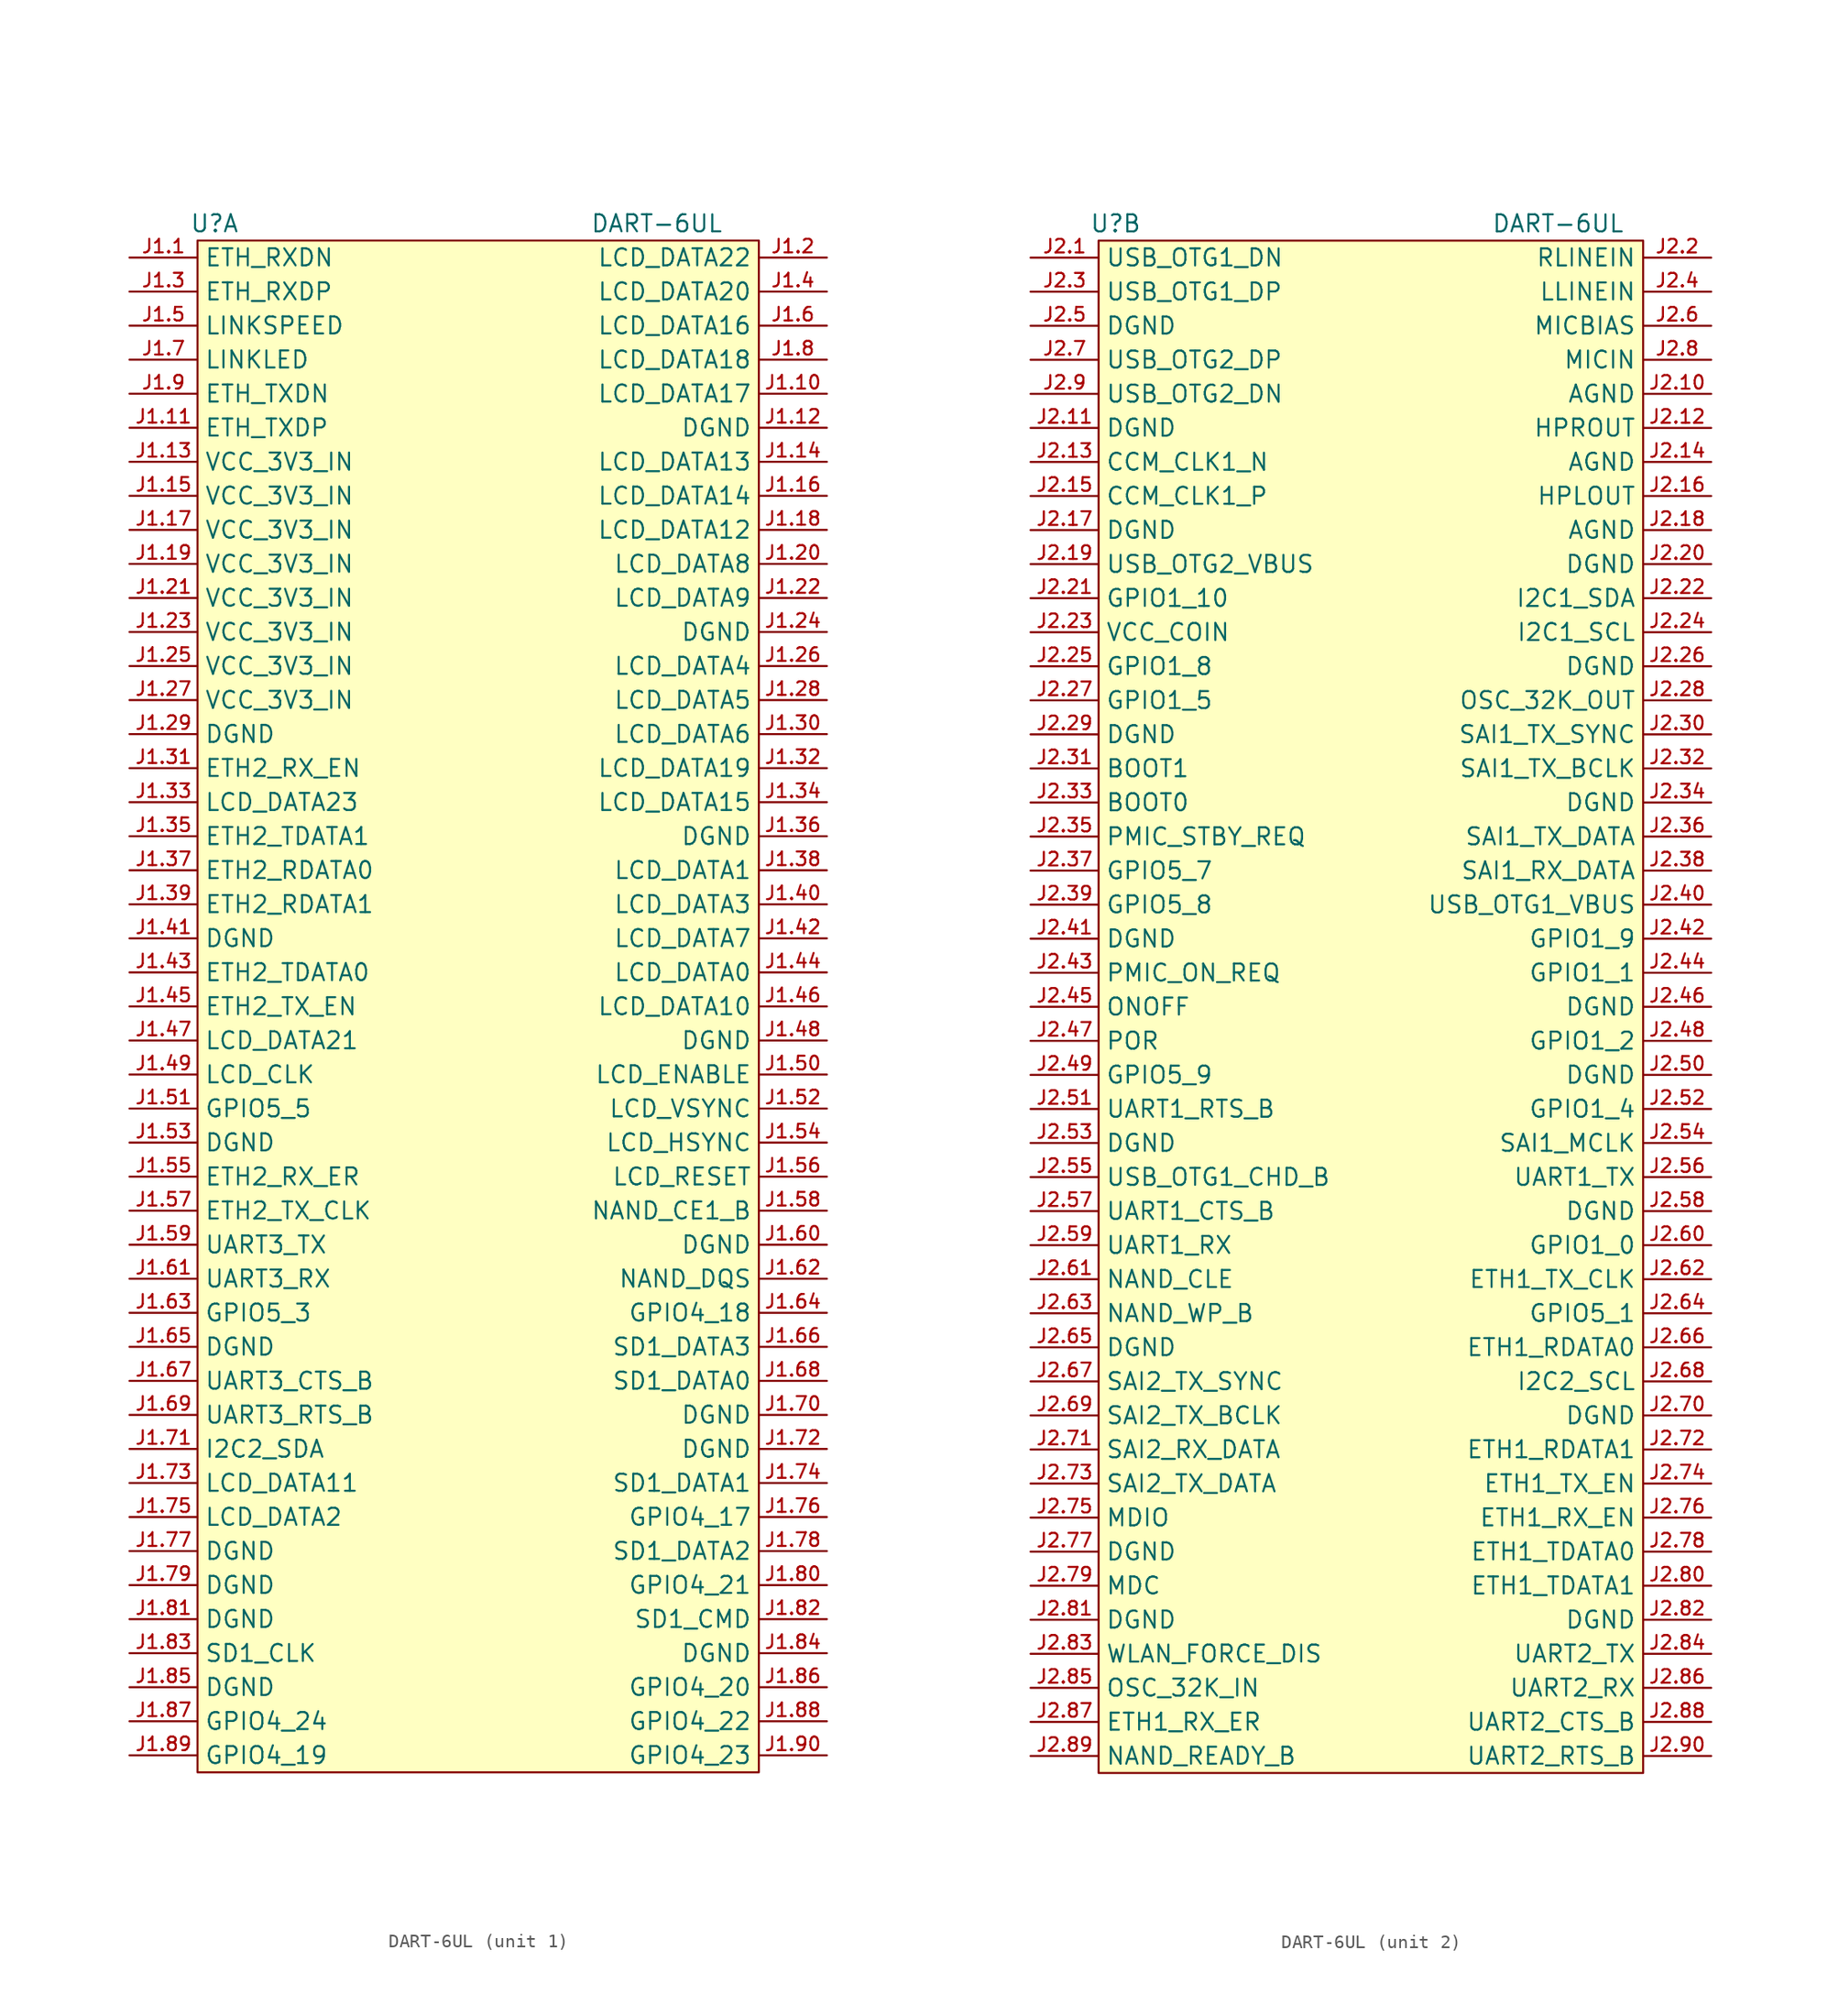
<source format=kicad_sym>
(kicad_symbol_lib
  (version 20211014)
  (generator kicad_symbol_editor)
  (symbol "DART-6UL"
    (property "Reference" "U"
      (at -19.05 58.42 0)
      (effects (font (size 1.27 1.27))))
    (property "Value" "DART-6UL"
      (at 13.97 58.42 0)
      (effects (font (size 1.27 1.27))))
    (property "ki_locked" ""
      (at 0 0 0)
      (effects (font (size 1.27 1.27))))
    (symbol "DART-6UL_1_1"
      (rectangle (start -20.32 57.15) (end 21.59 -57.15) (stroke (width 0) (type default) (color 0 0 0 0)) (fill (type background)))
      (pin unspecified line (at -25.4 55.88 0) (length 5.08) (name "ETH_RXDN" (effects (font (size 1.27 1.27)))) (number "J1.1" (effects (font (size 1.016 1.016)))))
      (pin unspecified line (at 26.67 45.72 180) (length 5.08) (name "LCD_DATA17" (effects (font (size 1.27 1.27)))) (number "J1.10" (effects (font (size 1.016 1.016)))))
      (pin unspecified line (at -25.4 43.18 0) (length 5.08) (name "ETH_TXDP" (effects (font (size 1.27 1.27)))) (number "J1.11" (effects (font (size 1.016 1.016)))))
      (pin power_in line (at 26.67 43.18 180) (length 5.08) (name "DGND" (effects (font (size 1.27 1.27)))) (number "J1.12" (effects (font (size 1.016 1.016)))))
      (pin power_in line (at -25.4 40.64 0) (length 5.08) (name "VCC_3V3_IN" (effects (font (size 1.27 1.27)))) (number "J1.13" (effects (font (size 1.016 1.016)))))
      (pin unspecified line (at 26.67 40.64 180) (length 5.08) (name "LCD_DATA13" (effects (font (size 1.27 1.27)))) (number "J1.14" (effects (font (size 1.016 1.016)))))
      (pin power_in line (at -25.4 38.1 0) (length 5.08) (name "VCC_3V3_IN" (effects (font (size 1.27 1.27)))) (number "J1.15" (effects (font (size 1.016 1.016)))))
      (pin unspecified line (at 26.67 38.1 180) (length 5.08) (name "LCD_DATA14" (effects (font (size 1.27 1.27)))) (number "J1.16" (effects (font (size 1.016 1.016)))))
      (pin power_in line (at -25.4 35.56 0) (length 5.08) (name "VCC_3V3_IN" (effects (font (size 1.27 1.27)))) (number "J1.17" (effects (font (size 1.016 1.016)))))
      (pin unspecified line (at 26.67 35.56 180) (length 5.08) (name "LCD_DATA12" (effects (font (size 1.27 1.27)))) (number "J1.18" (effects (font (size 1.016 1.016)))))
      (pin power_in line (at -25.4 33.02 0) (length 5.08) (name "VCC_3V3_IN" (effects (font (size 1.27 1.27)))) (number "J1.19" (effects (font (size 1.016 1.016)))))
      (pin unspecified line (at 26.67 55.88 180) (length 5.08) (name "LCD_DATA22" (effects (font (size 1.27 1.27)))) (number "J1.2" (effects (font (size 1.016 1.016)))))
      (pin unspecified line (at 26.67 33.02 180) (length 5.08) (name "LCD_DATA8" (effects (font (size 1.27 1.27)))) (number "J1.20" (effects (font (size 1.016 1.016)))))
      (pin power_in line (at -25.4 30.48 0) (length 5.08) (name "VCC_3V3_IN" (effects (font (size 1.27 1.27)))) (number "J1.21" (effects (font (size 1.016 1.016)))))
      (pin unspecified line (at 26.67 30.48 180) (length 5.08) (name "LCD_DATA9" (effects (font (size 1.27 1.27)))) (number "J1.22" (effects (font (size 1.016 1.016)))))
      (pin power_in line (at -25.4 27.94 0) (length 5.08) (name "VCC_3V3_IN" (effects (font (size 1.27 1.27)))) (number "J1.23" (effects (font (size 1.016 1.016)))))
      (pin power_in line (at 26.67 27.94 180) (length 5.08) (name "DGND" (effects (font (size 1.27 1.27)))) (number "J1.24" (effects (font (size 1.016 1.016)))))
      (pin power_in line (at -25.4 25.4 0) (length 5.08) (name "VCC_3V3_IN" (effects (font (size 1.27 1.27)))) (number "J1.25" (effects (font (size 1.016 1.016)))))
      (pin unspecified line (at 26.67 25.4 180) (length 5.08) (name "LCD_DATA4" (effects (font (size 1.27 1.27)))) (number "J1.26" (effects (font (size 1.016 1.016)))))
      (pin power_in line (at -25.4 22.86 0) (length 5.08) (name "VCC_3V3_IN" (effects (font (size 1.27 1.27)))) (number "J1.27" (effects (font (size 1.016 1.016)))))
      (pin unspecified line (at 26.67 22.86 180) (length 5.08) (name "LCD_DATA5" (effects (font (size 1.27 1.27)))) (number "J1.28" (effects (font (size 1.016 1.016)))))
      (pin power_in line (at -25.4 20.32 0) (length 5.08) (name "DGND" (effects (font (size 1.27 1.27)))) (number "J1.29" (effects (font (size 1.016 1.016)))))
      (pin unspecified line (at -25.4 53.34 0) (length 5.08) (name "ETH_RXDP" (effects (font (size 1.27 1.27)))) (number "J1.3" (effects (font (size 1.016 1.016)))))
      (pin unspecified line (at 26.67 20.32 180) (length 5.08) (name "LCD_DATA6" (effects (font (size 1.27 1.27)))) (number "J1.30" (effects (font (size 1.016 1.016)))))
      (pin unspecified line (at -25.4 17.78 0) (length 5.08) (name "ETH2_RX_EN" (effects (font (size 1.27 1.27)))) (number "J1.31" (effects (font (size 1.016 1.016)))))
      (pin unspecified line (at 26.67 17.78 180) (length 5.08) (name "LCD_DATA19" (effects (font (size 1.27 1.27)))) (number "J1.32" (effects (font (size 1.016 1.016)))))
      (pin unspecified line (at -25.4 15.24 0) (length 5.08) (name "LCD_DATA23" (effects (font (size 1.27 1.27)))) (number "J1.33" (effects (font (size 1.016 1.016)))))
      (pin unspecified line (at 26.67 15.24 180) (length 5.08) (name "LCD_DATA15" (effects (font (size 1.27 1.27)))) (number "J1.34" (effects (font (size 1.016 1.016)))))
      (pin unspecified line (at -25.4 12.7 0) (length 5.08) (name "ETH2_TDATA1" (effects (font (size 1.27 1.27)))) (number "J1.35" (effects (font (size 1.016 1.016)))))
      (pin power_in line (at 26.67 12.7 180) (length 5.08) (name "DGND" (effects (font (size 1.27 1.27)))) (number "J1.36" (effects (font (size 1.016 1.016)))))
      (pin unspecified line (at -25.4 10.16 0) (length 5.08) (name "ETH2_RDATA0" (effects (font (size 1.27 1.27)))) (number "J1.37" (effects (font (size 1.016 1.016)))))
      (pin unspecified line (at 26.67 10.16 180) (length 5.08) (name "LCD_DATA1" (effects (font (size 1.27 1.27)))) (number "J1.38" (effects (font (size 1.016 1.016)))))
      (pin unspecified line (at -25.4 7.62 0) (length 5.08) (name "ETH2_RDATA1" (effects (font (size 1.27 1.27)))) (number "J1.39" (effects (font (size 1.016 1.016)))))
      (pin unspecified line (at 26.67 53.34 180) (length 5.08) (name "LCD_DATA20" (effects (font (size 1.27 1.27)))) (number "J1.4" (effects (font (size 1.016 1.016)))))
      (pin unspecified line (at 26.67 7.62 180) (length 5.08) (name "LCD_DATA3" (effects (font (size 1.27 1.27)))) (number "J1.40" (effects (font (size 1.016 1.016)))))
      (pin power_in line (at -25.4 5.08 0) (length 5.08) (name "DGND" (effects (font (size 1.27 1.27)))) (number "J1.41" (effects (font (size 1.016 1.016)))))
      (pin unspecified line (at 26.67 5.08 180) (length 5.08) (name "LCD_DATA7" (effects (font (size 1.27 1.27)))) (number "J1.42" (effects (font (size 1.016 1.016)))))
      (pin unspecified line (at -25.4 2.54 0) (length 5.08) (name "ETH2_TDATA0" (effects (font (size 1.27 1.27)))) (number "J1.43" (effects (font (size 1.016 1.016)))))
      (pin unspecified line (at 26.67 2.54 180) (length 5.08) (name "LCD_DATA0" (effects (font (size 1.27 1.27)))) (number "J1.44" (effects (font (size 1.016 1.016)))))
      (pin unspecified line (at -25.4 0 0) (length 5.08) (name "ETH2_TX_EN" (effects (font (size 1.27 1.27)))) (number "J1.45" (effects (font (size 1.016 1.016)))))
      (pin unspecified line (at 26.67 0 180) (length 5.08) (name "LCD_DATA10" (effects (font (size 1.27 1.27)))) (number "J1.46" (effects (font (size 1.016 1.016)))))
      (pin unspecified line (at -25.4 -2.54 0) (length 5.08) (name "LCD_DATA21" (effects (font (size 1.27 1.27)))) (number "J1.47" (effects (font (size 1.016 1.016)))))
      (pin power_in line (at 26.67 -2.54 180) (length 5.08) (name "DGND" (effects (font (size 1.27 1.27)))) (number "J1.48" (effects (font (size 1.016 1.016)))))
      (pin unspecified line (at -25.4 -5.08 0) (length 5.08) (name "LCD_CLK" (effects (font (size 1.27 1.27)))) (number "J1.49" (effects (font (size 1.016 1.016)))))
      (pin unspecified line (at -25.4 50.8 0) (length 5.08) (name "LINKSPEED" (effects (font (size 1.27 1.27)))) (number "J1.5" (effects (font (size 1.016 1.016)))))
      (pin unspecified line (at 26.67 -5.08 180) (length 5.08) (name "LCD_ENABLE" (effects (font (size 1.27 1.27)))) (number "J1.50" (effects (font (size 1.016 1.016)))))
      (pin unspecified line (at -25.4 -7.62 0) (length 5.08) (name "GPIO5_5" (effects (font (size 1.27 1.27)))) (number "J1.51" (effects (font (size 1.016 1.016)))))
      (pin unspecified line (at 26.67 -7.62 180) (length 5.08) (name "LCD_VSYNC" (effects (font (size 1.27 1.27)))) (number "J1.52" (effects (font (size 1.016 1.016)))))
      (pin power_in line (at -25.4 -10.16 0) (length 5.08) (name "DGND" (effects (font (size 1.27 1.27)))) (number "J1.53" (effects (font (size 1.016 1.016)))))
      (pin unspecified line (at 26.67 -10.16 180) (length 5.08) (name "LCD_HSYNC" (effects (font (size 1.27 1.27)))) (number "J1.54" (effects (font (size 1.016 1.016)))))
      (pin unspecified line (at -25.4 -12.7 0) (length 5.08) (name "ETH2_RX_ER" (effects (font (size 1.27 1.27)))) (number "J1.55" (effects (font (size 1.016 1.016)))))
      (pin unspecified line (at 26.67 -12.7 180) (length 5.08) (name "LCD_RESET" (effects (font (size 1.27 1.27)))) (number "J1.56" (effects (font (size 1.016 1.016)))))
      (pin unspecified line (at -25.4 -15.24 0) (length 5.08) (name "ETH2_TX_CLK" (effects (font (size 1.27 1.27)))) (number "J1.57" (effects (font (size 1.016 1.016)))))
      (pin unspecified line (at 26.67 -15.24 180) (length 5.08) (name "NAND_CE1_B" (effects (font (size 1.27 1.27)))) (number "J1.58" (effects (font (size 1.016 1.016)))))
      (pin unspecified line (at -25.4 -17.78 0) (length 5.08) (name "UART3_TX" (effects (font (size 1.27 1.27)))) (number "J1.59" (effects (font (size 1.016 1.016)))))
      (pin unspecified line (at 26.67 50.8 180) (length 5.08) (name "LCD_DATA16" (effects (font (size 1.27 1.27)))) (number "J1.6" (effects (font (size 1.016 1.016)))))
      (pin power_in line (at 26.67 -17.78 180) (length 5.08) (name "DGND" (effects (font (size 1.27 1.27)))) (number "J1.60" (effects (font (size 1.016 1.016)))))
      (pin unspecified line (at -25.4 -20.32 0) (length 5.08) (name "UART3_RX" (effects (font (size 1.27 1.27)))) (number "J1.61" (effects (font (size 1.016 1.016)))))
      (pin unspecified line (at 26.67 -20.32 180) (length 5.08) (name "NAND_DQS" (effects (font (size 1.27 1.27)))) (number "J1.62" (effects (font (size 1.016 1.016)))))
      (pin unspecified line (at -25.4 -22.86 0) (length 5.08) (name "GPIO5_3" (effects (font (size 1.27 1.27)))) (number "J1.63" (effects (font (size 1.016 1.016)))))
      (pin unspecified line (at 26.67 -22.86 180) (length 5.08) (name "GPIO4_18" (effects (font (size 1.27 1.27)))) (number "J1.64" (effects (font (size 1.016 1.016)))))
      (pin power_in line (at -25.4 -25.4 0) (length 5.08) (name "DGND" (effects (font (size 1.27 1.27)))) (number "J1.65" (effects (font (size 1.016 1.016)))))
      (pin unspecified line (at 26.67 -25.4 180) (length 5.08) (name "SD1_DATA3" (effects (font (size 1.27 1.27)))) (number "J1.66" (effects (font (size 1.016 1.016)))))
      (pin unspecified line (at -25.4 -27.94 0) (length 5.08) (name "UART3_CTS_B" (effects (font (size 1.27 1.27)))) (number "J1.67" (effects (font (size 1.016 1.016)))))
      (pin unspecified line (at 26.67 -27.94 180) (length 5.08) (name "SD1_DATA0" (effects (font (size 1.27 1.27)))) (number "J1.68" (effects (font (size 1.016 1.016)))))
      (pin unspecified line (at -25.4 -30.48 0) (length 5.08) (name "UART3_RTS_B" (effects (font (size 1.27 1.27)))) (number "J1.69" (effects (font (size 1.016 1.016)))))
      (pin unspecified line (at -25.4 48.26 0) (length 5.08) (name "LINKLED" (effects (font (size 1.27 1.27)))) (number "J1.7" (effects (font (size 1.016 1.016)))))
      (pin power_in line (at 26.67 -30.48 180) (length 5.08) (name "DGND" (effects (font (size 1.27 1.27)))) (number "J1.70" (effects (font (size 1.016 1.016)))))
      (pin unspecified line (at -25.4 -33.02 0) (length 5.08) (name "I2C2_SDA" (effects (font (size 1.27 1.27)))) (number "J1.71" (effects (font (size 1.016 1.016)))))
      (pin power_in line (at 26.67 -33.02 180) (length 5.08) (name "DGND" (effects (font (size 1.27 1.27)))) (number "J1.72" (effects (font (size 1.016 1.016)))))
      (pin unspecified line (at -25.4 -35.56 0) (length 5.08) (name "LCD_DATA11" (effects (font (size 1.27 1.27)))) (number "J1.73" (effects (font (size 1.016 1.016)))))
      (pin unspecified line (at 26.67 -35.56 180) (length 5.08) (name "SD1_DATA1" (effects (font (size 1.27 1.27)))) (number "J1.74" (effects (font (size 1.016 1.016)))))
      (pin unspecified line (at -25.4 -38.1 0) (length 5.08) (name "LCD_DATA2" (effects (font (size 1.27 1.27)))) (number "J1.75" (effects (font (size 1.016 1.016)))))
      (pin unspecified line (at 26.67 -38.1 180) (length 5.08) (name "GPIO4_17" (effects (font (size 1.27 1.27)))) (number "J1.76" (effects (font (size 1.016 1.016)))))
      (pin power_in line (at -25.4 -40.64 0) (length 5.08) (name "DGND" (effects (font (size 1.27 1.27)))) (number "J1.77" (effects (font (size 1.016 1.016)))))
      (pin unspecified line (at 26.67 -40.64 180) (length 5.08) (name "SD1_DATA2" (effects (font (size 1.27 1.27)))) (number "J1.78" (effects (font (size 1.016 1.016)))))
      (pin power_in line (at -25.4 -43.18 0) (length 5.08) (name "DGND" (effects (font (size 1.27 1.27)))) (number "J1.79" (effects (font (size 1.016 1.016)))))
      (pin unspecified line (at 26.67 48.26 180) (length 5.08) (name "LCD_DATA18" (effects (font (size 1.27 1.27)))) (number "J1.8" (effects (font (size 1.016 1.016)))))
      (pin unspecified line (at 26.67 -43.18 180) (length 5.08) (name "GPIO4_21" (effects (font (size 1.27 1.27)))) (number "J1.80" (effects (font (size 1.016 1.016)))))
      (pin power_in line (at -25.4 -45.72 0) (length 5.08) (name "DGND" (effects (font (size 1.27 1.27)))) (number "J1.81" (effects (font (size 1.016 1.016)))))
      (pin unspecified line (at 26.67 -45.72 180) (length 5.08) (name "SD1_CMD" (effects (font (size 1.27 1.27)))) (number "J1.82" (effects (font (size 1.016 1.016)))))
      (pin unspecified line (at -25.4 -48.26 0) (length 5.08) (name "SD1_CLK" (effects (font (size 1.27 1.27)))) (number "J1.83" (effects (font (size 1.016 1.016)))))
      (pin power_in line (at 26.67 -48.26 180) (length 5.08) (name "DGND" (effects (font (size 1.27 1.27)))) (number "J1.84" (effects (font (size 1.016 1.016)))))
      (pin power_in line (at -25.4 -50.8 0) (length 5.08) (name "DGND" (effects (font (size 1.27 1.27)))) (number "J1.85" (effects (font (size 1.016 1.016)))))
      (pin unspecified line (at 26.67 -50.8 180) (length 5.08) (name "GPIO4_20" (effects (font (size 1.27 1.27)))) (number "J1.86" (effects (font (size 1.016 1.016)))))
      (pin unspecified line (at -25.4 -53.34 0) (length 5.08) (name "GPIO4_24" (effects (font (size 1.27 1.27)))) (number "J1.87" (effects (font (size 1.016 1.016)))))
      (pin unspecified line (at 26.67 -53.34 180) (length 5.08) (name "GPIO4_22" (effects (font (size 1.27 1.27)))) (number "J1.88" (effects (font (size 1.016 1.016)))))
      (pin unspecified line (at -25.4 -55.88 0) (length 5.08) (name "GPIO4_19" (effects (font (size 1.27 1.27)))) (number "J1.89" (effects (font (size 1.016 1.016)))))
      (pin unspecified line (at -25.4 45.72 0) (length 5.08) (name "ETH_TXDN" (effects (font (size 1.27 1.27)))) (number "J1.9" (effects (font (size 1.016 1.016)))))
      (pin unspecified line (at 26.67 -55.88 180) (length 5.08) (name "GPIO4_23" (effects (font (size 1.27 1.27)))) (number "J1.90" (effects (font (size 1.016 1.016))))))
    (symbol "DART-6UL_2_1"
      (rectangle (start -20.32 57.15) (end 20.32 -57.15) (stroke (width 0) (type default) (color 0 0 0 0)) (fill (type background)))
      (pin unspecified line (at -25.4 55.88 0) (length 5.08) (name "USB_OTG1_DN" (effects (font (size 1.27 1.27)))) (number "J2.1" (effects (font (size 1.016 1.016)))))
      (pin unspecified line (at 25.4 45.72 180) (length 5.08) (name "AGND" (effects (font (size 1.27 1.27)))) (number "J2.10" (effects (font (size 1.016 1.016)))))
      (pin power_in line (at -25.4 43.18 0) (length 5.08) (name "DGND" (effects (font (size 1.27 1.27)))) (number "J2.11" (effects (font (size 1.016 1.016)))))
      (pin unspecified line (at 25.4 43.18 180) (length 5.08) (name "HPROUT" (effects (font (size 1.27 1.27)))) (number "J2.12" (effects (font (size 1.016 1.016)))))
      (pin unspecified line (at -25.4 40.64 0) (length 5.08) (name "CCM_CLK1_N" (effects (font (size 1.27 1.27)))) (number "J2.13" (effects (font (size 1.016 1.016)))))
      (pin unspecified line (at 25.4 40.64 180) (length 5.08) (name "AGND" (effects (font (size 1.27 1.27)))) (number "J2.14" (effects (font (size 1.016 1.016)))))
      (pin unspecified line (at -25.4 38.1 0) (length 5.08) (name "CCM_CLK1_P" (effects (font (size 1.27 1.27)))) (number "J2.15" (effects (font (size 1.016 1.016)))))
      (pin unspecified line (at 25.4 38.1 180) (length 5.08) (name "HPLOUT" (effects (font (size 1.27 1.27)))) (number "J2.16" (effects (font (size 1.016 1.016)))))
      (pin power_in line (at -25.4 35.56 0) (length 5.08) (name "DGND" (effects (font (size 1.27 1.27)))) (number "J2.17" (effects (font (size 1.016 1.016)))))
      (pin unspecified line (at 25.4 35.56 180) (length 5.08) (name "AGND" (effects (font (size 1.27 1.27)))) (number "J2.18" (effects (font (size 1.016 1.016)))))
      (pin unspecified line (at -25.4 33.02 0) (length 5.08) (name "USB_OTG2_VBUS" (effects (font (size 1.27 1.27)))) (number "J2.19" (effects (font (size 1.016 1.016)))))
      (pin unspecified line (at 25.4 55.88 180) (length 5.08) (name "RLINEIN" (effects (font (size 1.27 1.27)))) (number "J2.2" (effects (font (size 1.016 1.016)))))
      (pin power_in line (at 25.4 33.02 180) (length 5.08) (name "DGND" (effects (font (size 1.27 1.27)))) (number "J2.20" (effects (font (size 1.016 1.016)))))
      (pin unspecified line (at -25.4 30.48 0) (length 5.08) (name "GPIO1_10" (effects (font (size 1.27 1.27)))) (number "J2.21" (effects (font (size 1.016 1.016)))))
      (pin unspecified line (at 25.4 30.48 180) (length 5.08) (name "I2C1_SDA" (effects (font (size 1.27 1.27)))) (number "J2.22" (effects (font (size 1.016 1.016)))))
      (pin unspecified line (at -25.4 27.94 0) (length 5.08) (name "VCC_COIN" (effects (font (size 1.27 1.27)))) (number "J2.23" (effects (font (size 1.016 1.016)))))
      (pin unspecified line (at 25.4 27.94 180) (length 5.08) (name "I2C1_SCL" (effects (font (size 1.27 1.27)))) (number "J2.24" (effects (font (size 1.016 1.016)))))
      (pin unspecified line (at -25.4 25.4 0) (length 5.08) (name "GPIO1_8" (effects (font (size 1.27 1.27)))) (number "J2.25" (effects (font (size 1.016 1.016)))))
      (pin power_in line (at 25.4 25.4 180) (length 5.08) (name "DGND" (effects (font (size 1.27 1.27)))) (number "J2.26" (effects (font (size 1.016 1.016)))))
      (pin unspecified line (at -25.4 22.86 0) (length 5.08) (name "GPIO1_5" (effects (font (size 1.27 1.27)))) (number "J2.27" (effects (font (size 1.016 1.016)))))
      (pin unspecified line (at 25.4 22.86 180) (length 5.08) (name "OSC_32K_OUT" (effects (font (size 1.27 1.27)))) (number "J2.28" (effects (font (size 1.016 1.016)))))
      (pin power_in line (at -25.4 20.32 0) (length 5.08) (name "DGND" (effects (font (size 1.27 1.27)))) (number "J2.29" (effects (font (size 1.016 1.016)))))
      (pin unspecified line (at -25.4 53.34 0) (length 5.08) (name "USB_OTG1_DP" (effects (font (size 1.27 1.27)))) (number "J2.3" (effects (font (size 1.016 1.016)))))
      (pin unspecified line (at 25.4 20.32 180) (length 5.08) (name "SAI1_TX_SYNC" (effects (font (size 1.27 1.27)))) (number "J2.30" (effects (font (size 1.016 1.016)))))
      (pin unspecified line (at -25.4 17.78 0) (length 5.08) (name "BOOT1" (effects (font (size 1.27 1.27)))) (number "J2.31" (effects (font (size 1.016 1.016)))))
      (pin unspecified line (at 25.4 17.78 180) (length 5.08) (name "SAI1_TX_BCLK" (effects (font (size 1.27 1.27)))) (number "J2.32" (effects (font (size 1.016 1.016)))))
      (pin unspecified line (at -25.4 15.24 0) (length 5.08) (name "BOOT0" (effects (font (size 1.27 1.27)))) (number "J2.33" (effects (font (size 1.016 1.016)))))
      (pin power_in line (at 25.4 15.24 180) (length 5.08) (name "DGND" (effects (font (size 1.27 1.27)))) (number "J2.34" (effects (font (size 1.016 1.016)))))
      (pin unspecified line (at -25.4 12.7 0) (length 5.08) (name "PMIC_STBY_REQ" (effects (font (size 1.27 1.27)))) (number "J2.35" (effects (font (size 1.016 1.016)))))
      (pin unspecified line (at 25.4 12.7 180) (length 5.08) (name "SAI1_TX_DATA" (effects (font (size 1.27 1.27)))) (number "J2.36" (effects (font (size 1.016 1.016)))))
      (pin unspecified line (at -25.4 10.16 0) (length 5.08) (name "GPIO5_7" (effects (font (size 1.27 1.27)))) (number "J2.37" (effects (font (size 1.016 1.016)))))
      (pin unspecified line (at 25.4 10.16 180) (length 5.08) (name "SAI1_RX_DATA" (effects (font (size 1.27 1.27)))) (number "J2.38" (effects (font (size 1.016 1.016)))))
      (pin unspecified line (at -25.4 7.62 0) (length 5.08) (name "GPIO5_8" (effects (font (size 1.27 1.27)))) (number "J2.39" (effects (font (size 1.016 1.016)))))
      (pin unspecified line (at 25.4 53.34 180) (length 5.08) (name "LLINEIN" (effects (font (size 1.27 1.27)))) (number "J2.4" (effects (font (size 1.016 1.016)))))
      (pin unspecified line (at 25.4 7.62 180) (length 5.08) (name "USB_OTG1_VBUS" (effects (font (size 1.27 1.27)))) (number "J2.40" (effects (font (size 1.016 1.016)))))
      (pin power_in line (at -25.4 5.08 0) (length 5.08) (name "DGND" (effects (font (size 1.27 1.27)))) (number "J2.41" (effects (font (size 1.016 1.016)))))
      (pin unspecified line (at 25.4 5.08 180) (length 5.08) (name "GPIO1_9" (effects (font (size 1.27 1.27)))) (number "J2.42" (effects (font (size 1.016 1.016)))))
      (pin unspecified line (at -25.4 2.54 0) (length 5.08) (name "PMIC_ON_REQ" (effects (font (size 1.27 1.27)))) (number "J2.43" (effects (font (size 1.016 1.016)))))
      (pin unspecified line (at 25.4 2.54 180) (length 5.08) (name "GPIO1_1" (effects (font (size 1.27 1.27)))) (number "J2.44" (effects (font (size 1.016 1.016)))))
      (pin unspecified line (at -25.4 0 0) (length 5.08) (name "ONOFF" (effects (font (size 1.27 1.27)))) (number "J2.45" (effects (font (size 1.016 1.016)))))
      (pin power_in line (at 25.4 0 180) (length 5.08) (name "DGND" (effects (font (size 1.27 1.27)))) (number "J2.46" (effects (font (size 1.016 1.016)))))
      (pin unspecified line (at -25.4 -2.54 0) (length 5.08) (name "POR" (effects (font (size 1.27 1.27)))) (number "J2.47" (effects (font (size 1.016 1.016)))))
      (pin unspecified line (at 25.4 -2.54 180) (length 5.08) (name "GPIO1_2" (effects (font (size 1.27 1.27)))) (number "J2.48" (effects (font (size 1.016 1.016)))))
      (pin unspecified line (at -25.4 -5.08 0) (length 5.08) (name "GPIO5_9" (effects (font (size 1.27 1.27)))) (number "J2.49" (effects (font (size 1.016 1.016)))))
      (pin power_in line (at -25.4 50.8 0) (length 5.08) (name "DGND" (effects (font (size 1.27 1.27)))) (number "J2.5" (effects (font (size 1.016 1.016)))))
      (pin power_in line (at 25.4 -5.08 180) (length 5.08) (name "DGND" (effects (font (size 1.27 1.27)))) (number "J2.50" (effects (font (size 1.016 1.016)))))
      (pin unspecified line (at -25.4 -7.62 0) (length 5.08) (name "UART1_RTS_B" (effects (font (size 1.27 1.27)))) (number "J2.51" (effects (font (size 1.016 1.016)))))
      (pin unspecified line (at 25.4 -7.62 180) (length 5.08) (name "GPIO1_4" (effects (font (size 1.27 1.27)))) (number "J2.52" (effects (font (size 1.016 1.016)))))
      (pin power_in line (at -25.4 -10.16 0) (length 5.08) (name "DGND" (effects (font (size 1.27 1.27)))) (number "J2.53" (effects (font (size 1.016 1.016)))))
      (pin unspecified line (at 25.4 -10.16 180) (length 5.08) (name "SAI1_MCLK" (effects (font (size 1.27 1.27)))) (number "J2.54" (effects (font (size 1.016 1.016)))))
      (pin unspecified line (at -25.4 -12.7 0) (length 5.08) (name "USB_OTG1_CHD_B" (effects (font (size 1.27 1.27)))) (number "J2.55" (effects (font (size 1.016 1.016)))))
      (pin unspecified line (at 25.4 -12.7 180) (length 5.08) (name "UART1_TX" (effects (font (size 1.27 1.27)))) (number "J2.56" (effects (font (size 1.016 1.016)))))
      (pin unspecified line (at -25.4 -15.24 0) (length 5.08) (name "UART1_CTS_B" (effects (font (size 1.27 1.27)))) (number "J2.57" (effects (font (size 1.016 1.016)))))
      (pin power_in line (at 25.4 -15.24 180) (length 5.08) (name "DGND" (effects (font (size 1.27 1.27)))) (number "J2.58" (effects (font (size 1.016 1.016)))))
      (pin unspecified line (at -25.4 -17.78 0) (length 5.08) (name "UART1_RX" (effects (font (size 1.27 1.27)))) (number "J2.59" (effects (font (size 1.016 1.016)))))
      (pin unspecified line (at 25.4 50.8 180) (length 5.08) (name "MICBIAS" (effects (font (size 1.27 1.27)))) (number "J2.6" (effects (font (size 1.016 1.016)))))
      (pin unspecified line (at 25.4 -17.78 180) (length 5.08) (name "GPIO1_0" (effects (font (size 1.27 1.27)))) (number "J2.60" (effects (font (size 1.016 1.016)))))
      (pin unspecified line (at -25.4 -20.32 0) (length 5.08) (name "NAND_CLE" (effects (font (size 1.27 1.27)))) (number "J2.61" (effects (font (size 1.016 1.016)))))
      (pin unspecified line (at 25.4 -20.32 180) (length 5.08) (name "ETH1_TX_CLK" (effects (font (size 1.27 1.27)))) (number "J2.62" (effects (font (size 1.016 1.016)))))
      (pin unspecified line (at -25.4 -22.86 0) (length 5.08) (name "NAND_WP_B" (effects (font (size 1.27 1.27)))) (number "J2.63" (effects (font (size 1.016 1.016)))))
      (pin unspecified line (at 25.4 -22.86 180) (length 5.08) (name "GPIO5_1" (effects (font (size 1.27 1.27)))) (number "J2.64" (effects (font (size 1.016 1.016)))))
      (pin power_in line (at -25.4 -25.4 0) (length 5.08) (name "DGND" (effects (font (size 1.27 1.27)))) (number "J2.65" (effects (font (size 1.016 1.016)))))
      (pin unspecified line (at 25.4 -25.4 180) (length 5.08) (name "ETH1_RDATA0" (effects (font (size 1.27 1.27)))) (number "J2.66" (effects (font (size 1.016 1.016)))))
      (pin unspecified line (at -25.4 -27.94 0) (length 5.08) (name "SAI2_TX_SYNC" (effects (font (size 1.27 1.27)))) (number "J2.67" (effects (font (size 1.016 1.016)))))
      (pin unspecified line (at 25.4 -27.94 180) (length 5.08) (name "I2C2_SCL" (effects (font (size 1.27 1.27)))) (number "J2.68" (effects (font (size 1.016 1.016)))))
      (pin unspecified line (at -25.4 -30.48 0) (length 5.08) (name "SAI2_TX_BCLK" (effects (font (size 1.27 1.27)))) (number "J2.69" (effects (font (size 1.016 1.016)))))
      (pin unspecified line (at -25.4 48.26 0) (length 5.08) (name "USB_OTG2_DP" (effects (font (size 1.27 1.27)))) (number "J2.7" (effects (font (size 1.016 1.016)))))
      (pin power_in line (at 25.4 -30.48 180) (length 5.08) (name "DGND" (effects (font (size 1.27 1.27)))) (number "J2.70" (effects (font (size 1.016 1.016)))))
      (pin unspecified line (at -25.4 -33.02 0) (length 5.08) (name "SAI2_RX_DATA" (effects (font (size 1.27 1.27)))) (number "J2.71" (effects (font (size 1.016 1.016)))))
      (pin unspecified line (at 25.4 -33.02 180) (length 5.08) (name "ETH1_RDATA1" (effects (font (size 1.27 1.27)))) (number "J2.72" (effects (font (size 1.016 1.016)))))
      (pin unspecified line (at -25.4 -35.56 0) (length 5.08) (name "SAI2_TX_DATA" (effects (font (size 1.27 1.27)))) (number "J2.73" (effects (font (size 1.016 1.016)))))
      (pin unspecified line (at 25.4 -35.56 180) (length 5.08) (name "ETH1_TX_EN" (effects (font (size 1.27 1.27)))) (number "J2.74" (effects (font (size 1.016 1.016)))))
      (pin unspecified line (at -25.4 -38.1 0) (length 5.08) (name "MDIO" (effects (font (size 1.27 1.27)))) (number "J2.75" (effects (font (size 1.016 1.016)))))
      (pin unspecified line (at 25.4 -38.1 180) (length 5.08) (name "ETH1_RX_EN" (effects (font (size 1.27 1.27)))) (number "J2.76" (effects (font (size 1.016 1.016)))))
      (pin power_in line (at -25.4 -40.64 0) (length 5.08) (name "DGND" (effects (font (size 1.27 1.27)))) (number "J2.77" (effects (font (size 1.016 1.016)))))
      (pin unspecified line (at 25.4 -40.64 180) (length 5.08) (name "ETH1_TDATA0" (effects (font (size 1.27 1.27)))) (number "J2.78" (effects (font (size 1.016 1.016)))))
      (pin unspecified line (at -25.4 -43.18 0) (length 5.08) (name "MDC" (effects (font (size 1.27 1.27)))) (number "J2.79" (effects (font (size 1.016 1.016)))))
      (pin unspecified line (at 25.4 48.26 180) (length 5.08) (name "MICIN" (effects (font (size 1.27 1.27)))) (number "J2.8" (effects (font (size 1.016 1.016)))))
      (pin unspecified line (at 25.4 -43.18 180) (length 5.08) (name "ETH1_TDATA1" (effects (font (size 1.27 1.27)))) (number "J2.80" (effects (font (size 1.016 1.016)))))
      (pin power_in line (at -25.4 -45.72 0) (length 5.08) (name "DGND" (effects (font (size 1.27 1.27)))) (number "J2.81" (effects (font (size 1.016 1.016)))))
      (pin power_in line (at 25.4 -45.72 180) (length 5.08) (name "DGND" (effects (font (size 1.27 1.27)))) (number "J2.82" (effects (font (size 1.016 1.016)))))
      (pin unspecified line (at -25.4 -48.26 0) (length 5.08) (name "WLAN_FORCE_DIS" (effects (font (size 1.27 1.27)))) (number "J2.83" (effects (font (size 1.016 1.016)))))
      (pin unspecified line (at 25.4 -48.26 180) (length 5.08) (name "UART2_TX" (effects (font (size 1.27 1.27)))) (number "J2.84" (effects (font (size 1.016 1.016)))))
      (pin unspecified line (at -25.4 -50.8 0) (length 5.08) (name "OSC_32K_IN" (effects (font (size 1.27 1.27)))) (number "J2.85" (effects (font (size 1.016 1.016)))))
      (pin unspecified line (at 25.4 -50.8 180) (length 5.08) (name "UART2_RX" (effects (font (size 1.27 1.27)))) (number "J2.86" (effects (font (size 1.016 1.016)))))
      (pin unspecified line (at -25.4 -53.34 0) (length 5.08) (name "ETH1_RX_ER" (effects (font (size 1.27 1.27)))) (number "J2.87" (effects (font (size 1.016 1.016)))))
      (pin unspecified line (at 25.4 -53.34 180) (length 5.08) (name "UART2_CTS_B" (effects (font (size 1.27 1.27)))) (number "J2.88" (effects (font (size 1.016 1.016)))))
      (pin unspecified line (at -25.4 -55.88 0) (length 5.08) (name "NAND_READY_B" (effects (font (size 1.27 1.27)))) (number "J2.89" (effects (font (size 1.016 1.016)))))
      (pin unspecified line (at -25.4 45.72 0) (length 5.08) (name "USB_OTG2_DN" (effects (font (size 1.27 1.27)))) (number "J2.9" (effects (font (size 1.016 1.016)))))
      (pin unspecified line (at 25.4 -55.88 180) (length 5.08) (name "UART2_RTS_B" (effects (font (size 1.27 1.27)))) (number "J2.90" (effects (font (size 1.016 1.016))))))))
</source>
